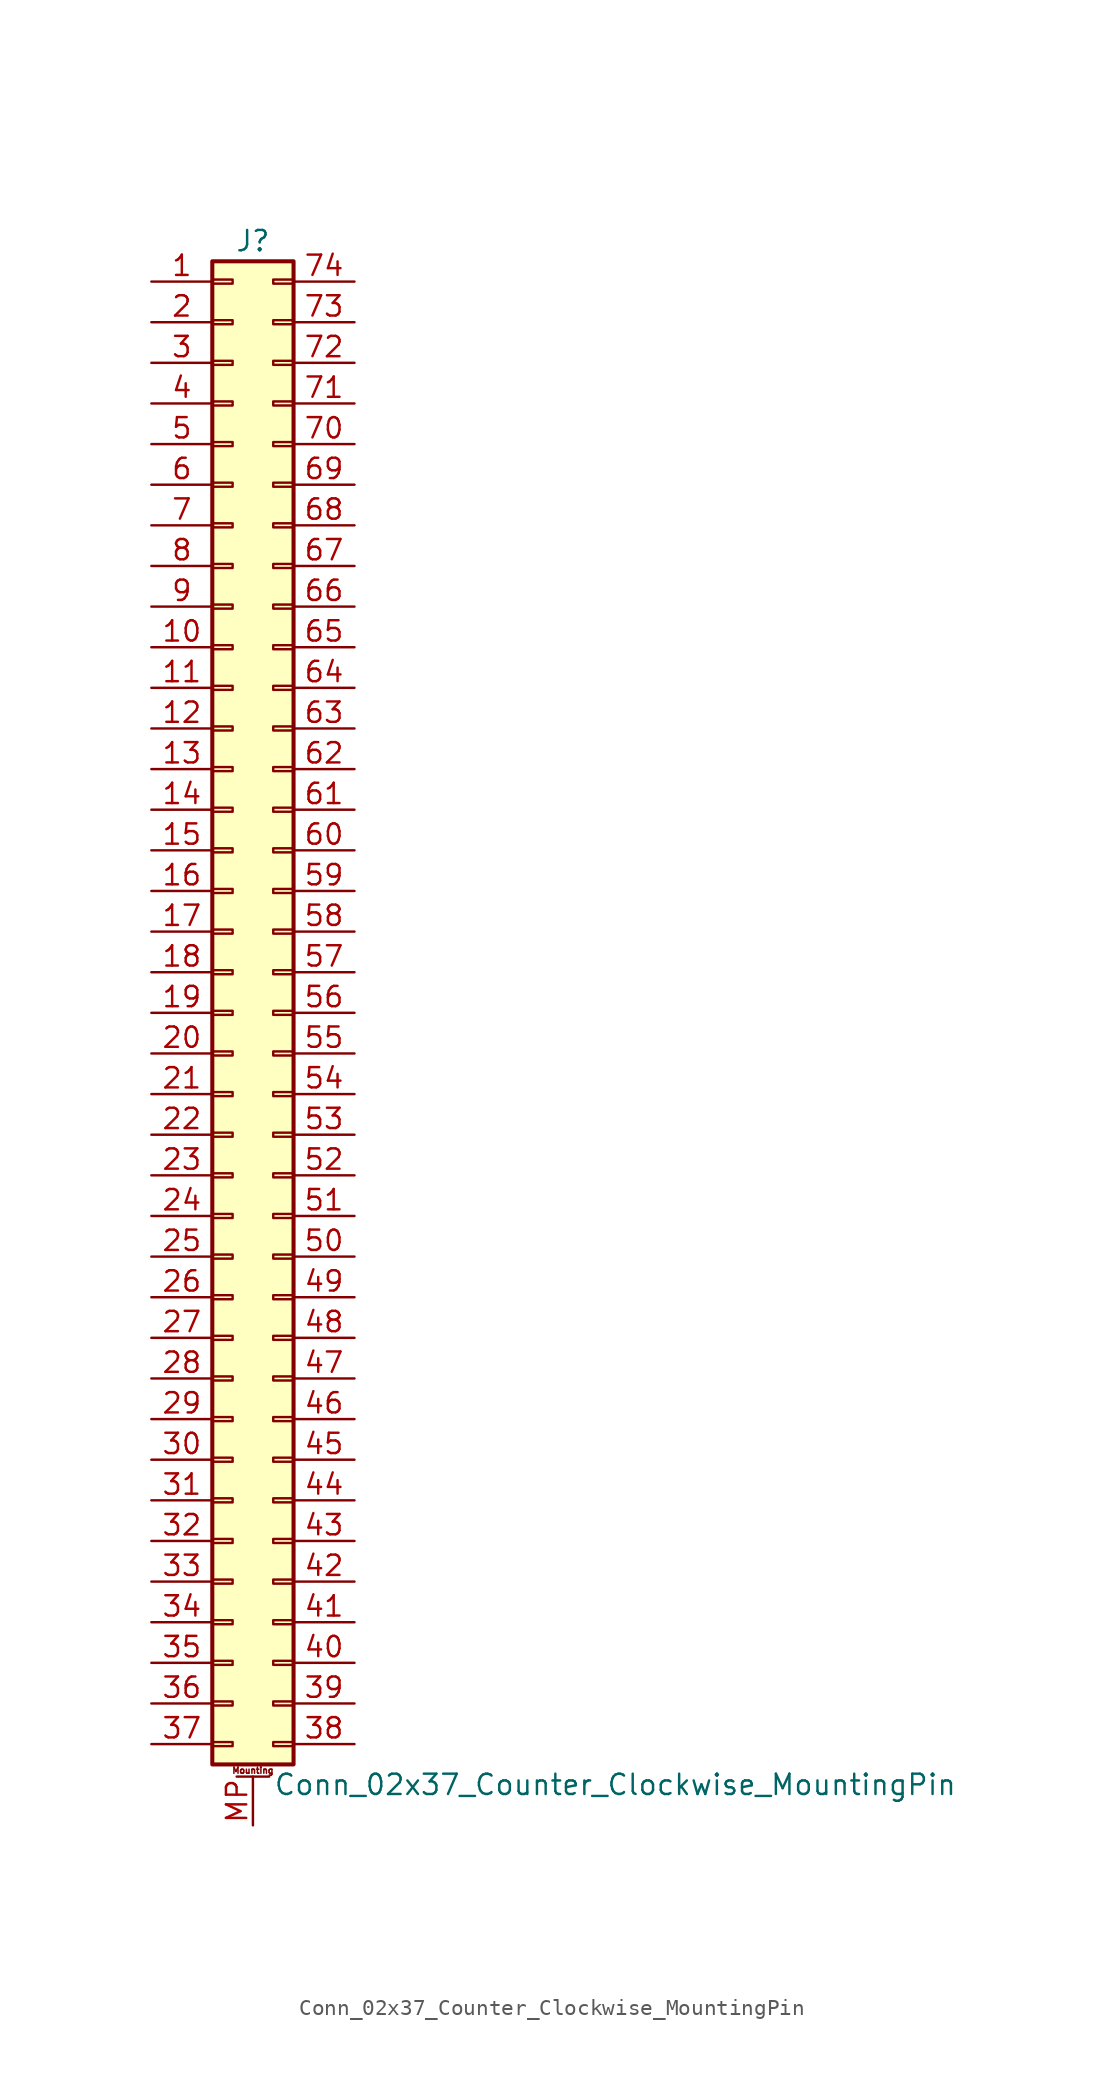
<source format=kicad_sym>
(kicad_symbol_lib
  (version 20201005)
  (generator kicad_symbol_editor)
  (symbol "Conn_02x37_Counter_Clockwise_MountingPin"
    (pin_names
      (offset 1.016) hide)
    (property "Reference" "J"
      (at 1.27 48.26 0)
      (effects (font (size 1.27 1.27))))
    (property "Value" "Conn_02x37_Counter_Clockwise_MountingPin"
      (at 2.54 -48.26 0)
      (effects (font (size 1.27 1.27)) (justify left)))
    (symbol "Conn_02x37_Counter_Clockwise_MountingPin_1_1"
      (text "Mounting" (at 1.27 -47.371 0) (effects (font (size 0.381 0.381))))
      (rectangle (start -1.27 -45.593) (end 0 -45.847) (stroke (width 0.152)) (fill (type none)))
      (rectangle (start -1.27 -43.053) (end 0 -43.307) (stroke (width 0.152)) (fill (type none)))
      (rectangle (start -1.27 -40.513) (end 0 -40.767) (stroke (width 0.152)) (fill (type none)))
      (rectangle (start -1.27 -37.973) (end 0 -38.227) (stroke (width 0.152)) (fill (type none)))
      (rectangle (start -1.27 -35.433) (end 0 -35.687) (stroke (width 0.152)) (fill (type none)))
      (rectangle (start -1.27 -32.893) (end 0 -33.147) (stroke (width 0.152)) (fill (type none)))
      (rectangle (start -1.27 -30.353) (end 0 -30.607) (stroke (width 0.152)) (fill (type none)))
      (rectangle (start -1.27 -27.813) (end 0 -28.067) (stroke (width 0.152)) (fill (type none)))
      (rectangle (start -1.27 -25.273) (end 0 -25.527) (stroke (width 0.152)) (fill (type none)))
      (rectangle (start -1.27 -22.733) (end 0 -22.987) (stroke (width 0.152)) (fill (type none)))
      (rectangle (start -1.27 -20.193) (end 0 -20.447) (stroke (width 0.152)) (fill (type none)))
      (rectangle (start -1.27 -17.653) (end 0 -17.907) (stroke (width 0.152)) (fill (type none)))
      (rectangle (start -1.27 -15.113) (end 0 -15.367) (stroke (width 0.152)) (fill (type none)))
      (rectangle (start -1.27 -12.573) (end 0 -12.827) (stroke (width 0.152)) (fill (type none)))
      (rectangle (start -1.27 -10.033) (end 0 -10.287) (stroke (width 0.152)) (fill (type none)))
      (rectangle (start -1.27 -7.493) (end 0 -7.747) (stroke (width 0.152)) (fill (type none)))
      (rectangle (start -1.27 -4.953) (end 0 -5.207) (stroke (width 0.152)) (fill (type none)))
      (rectangle (start -1.27 -2.413) (end 0 -2.667) (stroke (width 0.152)) (fill (type none)))
      (rectangle (start -1.27 0.127) (end 0 -0.127) (stroke (width 0.152)) (fill (type none)))
      (rectangle (start -1.27 2.667) (end 0 2.413) (stroke (width 0.152)) (fill (type none)))
      (rectangle (start -1.27 5.207) (end 0 4.953) (stroke (width 0.152)) (fill (type none)))
      (rectangle (start -1.27 7.747) (end 0 7.493) (stroke (width 0.152)) (fill (type none)))
      (rectangle (start -1.27 10.287) (end 0 10.033) (stroke (width 0.152)) (fill (type none)))
      (rectangle (start -1.27 12.827) (end 0 12.573) (stroke (width 0.152)) (fill (type none)))
      (rectangle (start -1.27 15.367) (end 0 15.113) (stroke (width 0.152)) (fill (type none)))
      (rectangle (start -1.27 17.907) (end 0 17.653) (stroke (width 0.152)) (fill (type none)))
      (rectangle (start -1.27 20.447) (end 0 20.193) (stroke (width 0.152)) (fill (type none)))
      (rectangle (start -1.27 22.987) (end 0 22.733) (stroke (width 0.152)) (fill (type none)))
      (rectangle (start -1.27 25.527) (end 0 25.273) (stroke (width 0.152)) (fill (type none)))
      (rectangle (start -1.27 28.067) (end 0 27.813) (stroke (width 0.152)) (fill (type none)))
      (rectangle (start -1.27 30.607) (end 0 30.353) (stroke (width 0.152)) (fill (type none)))
      (rectangle (start -1.27 33.147) (end 0 32.893) (stroke (width 0.152)) (fill (type none)))
      (rectangle (start -1.27 35.687) (end 0 35.433) (stroke (width 0.152)) (fill (type none)))
      (rectangle (start -1.27 38.227) (end 0 37.973) (stroke (width 0.152)) (fill (type none)))
      (rectangle (start -1.27 40.767) (end 0 40.513) (stroke (width 0.152)) (fill (type none)))
      (rectangle (start -1.27 43.307) (end 0 43.053) (stroke (width 0.152)) (fill (type none)))
      (rectangle (start -1.27 45.847) (end 0 45.593) (stroke (width 0.152)) (fill (type none)))
      (rectangle (start -1.27 46.99) (end 3.81 -46.99) (stroke (width 0.254)) (fill (type background)))
      (rectangle (start 3.81 -45.593) (end 2.54 -45.847) (stroke (width 0.152)) (fill (type none)))
      (rectangle (start 3.81 -43.053) (end 2.54 -43.307) (stroke (width 0.152)) (fill (type none)))
      (rectangle (start 3.81 -40.513) (end 2.54 -40.767) (stroke (width 0.152)) (fill (type none)))
      (rectangle (start 3.81 -37.973) (end 2.54 -38.227) (stroke (width 0.152)) (fill (type none)))
      (rectangle (start 3.81 -35.433) (end 2.54 -35.687) (stroke (width 0.152)) (fill (type none)))
      (rectangle (start 3.81 -32.893) (end 2.54 -33.147) (stroke (width 0.152)) (fill (type none)))
      (rectangle (start 3.81 -30.353) (end 2.54 -30.607) (stroke (width 0.152)) (fill (type none)))
      (rectangle (start 3.81 -27.813) (end 2.54 -28.067) (stroke (width 0.152)) (fill (type none)))
      (rectangle (start 3.81 -25.273) (end 2.54 -25.527) (stroke (width 0.152)) (fill (type none)))
      (rectangle (start 3.81 -22.733) (end 2.54 -22.987) (stroke (width 0.152)) (fill (type none)))
      (rectangle (start 3.81 -20.193) (end 2.54 -20.447) (stroke (width 0.152)) (fill (type none)))
      (rectangle (start 3.81 -17.653) (end 2.54 -17.907) (stroke (width 0.152)) (fill (type none)))
      (rectangle (start 3.81 -15.113) (end 2.54 -15.367) (stroke (width 0.152)) (fill (type none)))
      (rectangle (start 3.81 -12.573) (end 2.54 -12.827) (stroke (width 0.152)) (fill (type none)))
      (rectangle (start 3.81 -10.033) (end 2.54 -10.287) (stroke (width 0.152)) (fill (type none)))
      (rectangle (start 3.81 -7.493) (end 2.54 -7.747) (stroke (width 0.152)) (fill (type none)))
      (rectangle (start 3.81 -4.953) (end 2.54 -5.207) (stroke (width 0.152)) (fill (type none)))
      (rectangle (start 3.81 -2.413) (end 2.54 -2.667) (stroke (width 0.152)) (fill (type none)))
      (rectangle (start 3.81 0.127) (end 2.54 -0.127) (stroke (width 0.152)) (fill (type none)))
      (rectangle (start 3.81 2.667) (end 2.54 2.413) (stroke (width 0.152)) (fill (type none)))
      (rectangle (start 3.81 5.207) (end 2.54 4.953) (stroke (width 0.152)) (fill (type none)))
      (rectangle (start 3.81 7.747) (end 2.54 7.493) (stroke (width 0.152)) (fill (type none)))
      (rectangle (start 3.81 10.287) (end 2.54 10.033) (stroke (width 0.152)) (fill (type none)))
      (rectangle (start 3.81 12.827) (end 2.54 12.573) (stroke (width 0.152)) (fill (type none)))
      (rectangle (start 3.81 15.367) (end 2.54 15.113) (stroke (width 0.152)) (fill (type none)))
      (rectangle (start 3.81 17.907) (end 2.54 17.653) (stroke (width 0.152)) (fill (type none)))
      (rectangle (start 3.81 20.447) (end 2.54 20.193) (stroke (width 0.152)) (fill (type none)))
      (rectangle (start 3.81 22.987) (end 2.54 22.733) (stroke (width 0.152)) (fill (type none)))
      (rectangle (start 3.81 25.527) (end 2.54 25.273) (stroke (width 0.152)) (fill (type none)))
      (rectangle (start 3.81 28.067) (end 2.54 27.813) (stroke (width 0.152)) (fill (type none)))
      (rectangle (start 3.81 30.607) (end 2.54 30.353) (stroke (width 0.152)) (fill (type none)))
      (rectangle (start 3.81 33.147) (end 2.54 32.893) (stroke (width 0.152)) (fill (type none)))
      (rectangle (start 3.81 35.687) (end 2.54 35.433) (stroke (width 0.152)) (fill (type none)))
      (rectangle (start 3.81 38.227) (end 2.54 37.973) (stroke (width 0.152)) (fill (type none)))
      (rectangle (start 3.81 40.767) (end 2.54 40.513) (stroke (width 0.152)) (fill (type none)))
      (rectangle (start 3.81 43.307) (end 2.54 43.053) (stroke (width 0.152)) (fill (type none)))
      (rectangle (start 3.81 45.847) (end 2.54 45.593) (stroke (width 0.152)) (fill (type none)))
      (polyline (pts (xy 0.254 -47.752) (xy 2.286 -47.752)) (stroke (width 0.152)) (fill (type none)))
      (pin passive line (at -5.08 45.72 0) (length 3.81) (name "Pin_1" (effects (font (size 1.27 1.27)))) (number "1" (effects (font (size 1.27 1.27)))))
      (pin passive line (at -5.08 22.86 0) (length 3.81) (name "Pin_10" (effects (font (size 1.27 1.27)))) (number "10" (effects (font (size 1.27 1.27)))))
      (pin passive line (at -5.08 20.32 0) (length 3.81) (name "Pin_11" (effects (font (size 1.27 1.27)))) (number "11" (effects (font (size 1.27 1.27)))))
      (pin passive line (at -5.08 17.78 0) (length 3.81) (name "Pin_12" (effects (font (size 1.27 1.27)))) (number "12" (effects (font (size 1.27 1.27)))))
      (pin passive line (at -5.08 15.24 0) (length 3.81) (name "Pin_13" (effects (font (size 1.27 1.27)))) (number "13" (effects (font (size 1.27 1.27)))))
      (pin passive line (at -5.08 12.7 0) (length 3.81) (name "Pin_14" (effects (font (size 1.27 1.27)))) (number "14" (effects (font (size 1.27 1.27)))))
      (pin passive line (at -5.08 10.16 0) (length 3.81) (name "Pin_15" (effects (font (size 1.27 1.27)))) (number "15" (effects (font (size 1.27 1.27)))))
      (pin passive line (at -5.08 7.62 0) (length 3.81) (name "Pin_16" (effects (font (size 1.27 1.27)))) (number "16" (effects (font (size 1.27 1.27)))))
      (pin passive line (at -5.08 5.08 0) (length 3.81) (name "Pin_17" (effects (font (size 1.27 1.27)))) (number "17" (effects (font (size 1.27 1.27)))))
      (pin passive line (at -5.08 2.54 0) (length 3.81) (name "Pin_18" (effects (font (size 1.27 1.27)))) (number "18" (effects (font (size 1.27 1.27)))))
      (pin passive line (at -5.08 0 0) (length 3.81) (name "Pin_19" (effects (font (size 1.27 1.27)))) (number "19" (effects (font (size 1.27 1.27)))))
      (pin passive line (at -5.08 43.18 0) (length 3.81) (name "Pin_2" (effects (font (size 1.27 1.27)))) (number "2" (effects (font (size 1.27 1.27)))))
      (pin passive line (at -5.08 -2.54 0) (length 3.81) (name "Pin_20" (effects (font (size 1.27 1.27)))) (number "20" (effects (font (size 1.27 1.27)))))
      (pin passive line (at -5.08 -5.08 0) (length 3.81) (name "Pin_21" (effects (font (size 1.27 1.27)))) (number "21" (effects (font (size 1.27 1.27)))))
      (pin passive line (at -5.08 -7.62 0) (length 3.81) (name "Pin_22" (effects (font (size 1.27 1.27)))) (number "22" (effects (font (size 1.27 1.27)))))
      (pin passive line (at -5.08 -10.16 0) (length 3.81) (name "Pin_23" (effects (font (size 1.27 1.27)))) (number "23" (effects (font (size 1.27 1.27)))))
      (pin passive line (at -5.08 -12.7 0) (length 3.81) (name "Pin_24" (effects (font (size 1.27 1.27)))) (number "24" (effects (font (size 1.27 1.27)))))
      (pin passive line (at -5.08 -15.24 0) (length 3.81) (name "Pin_25" (effects (font (size 1.27 1.27)))) (number "25" (effects (font (size 1.27 1.27)))))
      (pin passive line (at -5.08 -17.78 0) (length 3.81) (name "Pin_26" (effects (font (size 1.27 1.27)))) (number "26" (effects (font (size 1.27 1.27)))))
      (pin passive line (at -5.08 -20.32 0) (length 3.81) (name "Pin_27" (effects (font (size 1.27 1.27)))) (number "27" (effects (font (size 1.27 1.27)))))
      (pin passive line (at -5.08 -22.86 0) (length 3.81) (name "Pin_28" (effects (font (size 1.27 1.27)))) (number "28" (effects (font (size 1.27 1.27)))))
      (pin passive line (at -5.08 -25.4 0) (length 3.81) (name "Pin_29" (effects (font (size 1.27 1.27)))) (number "29" (effects (font (size 1.27 1.27)))))
      (pin passive line (at -5.08 40.64 0) (length 3.81) (name "Pin_3" (effects (font (size 1.27 1.27)))) (number "3" (effects (font (size 1.27 1.27)))))
      (pin passive line (at -5.08 -27.94 0) (length 3.81) (name "Pin_30" (effects (font (size 1.27 1.27)))) (number "30" (effects (font (size 1.27 1.27)))))
      (pin passive line (at -5.08 -30.48 0) (length 3.81) (name "Pin_31" (effects (font (size 1.27 1.27)))) (number "31" (effects (font (size 1.27 1.27)))))
      (pin passive line (at -5.08 -33.02 0) (length 3.81) (name "Pin_32" (effects (font (size 1.27 1.27)))) (number "32" (effects (font (size 1.27 1.27)))))
      (pin passive line (at -5.08 -35.56 0) (length 3.81) (name "Pin_33" (effects (font (size 1.27 1.27)))) (number "33" (effects (font (size 1.27 1.27)))))
      (pin passive line (at -5.08 -38.1 0) (length 3.81) (name "Pin_34" (effects (font (size 1.27 1.27)))) (number "34" (effects (font (size 1.27 1.27)))))
      (pin passive line (at -5.08 -40.64 0) (length 3.81) (name "Pin_35" (effects (font (size 1.27 1.27)))) (number "35" (effects (font (size 1.27 1.27)))))
      (pin passive line (at -5.08 -43.18 0) (length 3.81) (name "Pin_36" (effects (font (size 1.27 1.27)))) (number "36" (effects (font (size 1.27 1.27)))))
      (pin passive line (at -5.08 -45.72 0) (length 3.81) (name "Pin_37" (effects (font (size 1.27 1.27)))) (number "37" (effects (font (size 1.27 1.27)))))
      (pin passive line (at 7.62 -45.72 180) (length 3.81) (name "Pin_38" (effects (font (size 1.27 1.27)))) (number "38" (effects (font (size 1.27 1.27)))))
      (pin passive line (at 7.62 -43.18 180) (length 3.81) (name "Pin_39" (effects (font (size 1.27 1.27)))) (number "39" (effects (font (size 1.27 1.27)))))
      (pin passive line (at -5.08 38.1 0) (length 3.81) (name "Pin_4" (effects (font (size 1.27 1.27)))) (number "4" (effects (font (size 1.27 1.27)))))
      (pin passive line (at 7.62 -40.64 180) (length 3.81) (name "Pin_40" (effects (font (size 1.27 1.27)))) (number "40" (effects (font (size 1.27 1.27)))))
      (pin passive line (at 7.62 -38.1 180) (length 3.81) (name "Pin_41" (effects (font (size 1.27 1.27)))) (number "41" (effects (font (size 1.27 1.27)))))
      (pin passive line (at 7.62 -35.56 180) (length 3.81) (name "Pin_42" (effects (font (size 1.27 1.27)))) (number "42" (effects (font (size 1.27 1.27)))))
      (pin passive line (at 7.62 -33.02 180) (length 3.81) (name "Pin_43" (effects (font (size 1.27 1.27)))) (number "43" (effects (font (size 1.27 1.27)))))
      (pin passive line (at 7.62 -30.48 180) (length 3.81) (name "Pin_44" (effects (font (size 1.27 1.27)))) (number "44" (effects (font (size 1.27 1.27)))))
      (pin passive line (at 7.62 -27.94 180) (length 3.81) (name "Pin_45" (effects (font (size 1.27 1.27)))) (number "45" (effects (font (size 1.27 1.27)))))
      (pin passive line (at 7.62 -25.4 180) (length 3.81) (name "Pin_46" (effects (font (size 1.27 1.27)))) (number "46" (effects (font (size 1.27 1.27)))))
      (pin passive line (at 7.62 -22.86 180) (length 3.81) (name "Pin_47" (effects (font (size 1.27 1.27)))) (number "47" (effects (font (size 1.27 1.27)))))
      (pin passive line (at 7.62 -20.32 180) (length 3.81) (name "Pin_48" (effects (font (size 1.27 1.27)))) (number "48" (effects (font (size 1.27 1.27)))))
      (pin passive line (at 7.62 -17.78 180) (length 3.81) (name "Pin_49" (effects (font (size 1.27 1.27)))) (number "49" (effects (font (size 1.27 1.27)))))
      (pin passive line (at -5.08 35.56 0) (length 3.81) (name "Pin_5" (effects (font (size 1.27 1.27)))) (number "5" (effects (font (size 1.27 1.27)))))
      (pin passive line (at 7.62 -15.24 180) (length 3.81) (name "Pin_50" (effects (font (size 1.27 1.27)))) (number "50" (effects (font (size 1.27 1.27)))))
      (pin passive line (at 7.62 -12.7 180) (length 3.81) (name "Pin_51" (effects (font (size 1.27 1.27)))) (number "51" (effects (font (size 1.27 1.27)))))
      (pin passive line (at 7.62 -10.16 180) (length 3.81) (name "Pin_52" (effects (font (size 1.27 1.27)))) (number "52" (effects (font (size 1.27 1.27)))))
      (pin passive line (at 7.62 -7.62 180) (length 3.81) (name "Pin_53" (effects (font (size 1.27 1.27)))) (number "53" (effects (font (size 1.27 1.27)))))
      (pin passive line (at 7.62 -5.08 180) (length 3.81) (name "Pin_54" (effects (font (size 1.27 1.27)))) (number "54" (effects (font (size 1.27 1.27)))))
      (pin passive line (at 7.62 -2.54 180) (length 3.81) (name "Pin_55" (effects (font (size 1.27 1.27)))) (number "55" (effects (font (size 1.27 1.27)))))
      (pin passive line (at 7.62 0 180) (length 3.81) (name "Pin_56" (effects (font (size 1.27 1.27)))) (number "56" (effects (font (size 1.27 1.27)))))
      (pin passive line (at 7.62 2.54 180) (length 3.81) (name "Pin_57" (effects (font (size 1.27 1.27)))) (number "57" (effects (font (size 1.27 1.27)))))
      (pin passive line (at 7.62 5.08 180) (length 3.81) (name "Pin_58" (effects (font (size 1.27 1.27)))) (number "58" (effects (font (size 1.27 1.27)))))
      (pin passive line (at 7.62 7.62 180) (length 3.81) (name "Pin_59" (effects (font (size 1.27 1.27)))) (number "59" (effects (font (size 1.27 1.27)))))
      (pin passive line (at -5.08 33.02 0) (length 3.81) (name "Pin_6" (effects (font (size 1.27 1.27)))) (number "6" (effects (font (size 1.27 1.27)))))
      (pin passive line (at 7.62 10.16 180) (length 3.81) (name "Pin_60" (effects (font (size 1.27 1.27)))) (number "60" (effects (font (size 1.27 1.27)))))
      (pin passive line (at 7.62 12.7 180) (length 3.81) (name "Pin_61" (effects (font (size 1.27 1.27)))) (number "61" (effects (font (size 1.27 1.27)))))
      (pin passive line (at 7.62 15.24 180) (length 3.81) (name "Pin_62" (effects (font (size 1.27 1.27)))) (number "62" (effects (font (size 1.27 1.27)))))
      (pin passive line (at 7.62 17.78 180) (length 3.81) (name "Pin_63" (effects (font (size 1.27 1.27)))) (number "63" (effects (font (size 1.27 1.27)))))
      (pin passive line (at 7.62 20.32 180) (length 3.81) (name "Pin_64" (effects (font (size 1.27 1.27)))) (number "64" (effects (font (size 1.27 1.27)))))
      (pin passive line (at 7.62 22.86 180) (length 3.81) (name "Pin_65" (effects (font (size 1.27 1.27)))) (number "65" (effects (font (size 1.27 1.27)))))
      (pin passive line (at 7.62 25.4 180) (length 3.81) (name "Pin_66" (effects (font (size 1.27 1.27)))) (number "66" (effects (font (size 1.27 1.27)))))
      (pin passive line (at 7.62 27.94 180) (length 3.81) (name "Pin_67" (effects (font (size 1.27 1.27)))) (number "67" (effects (font (size 1.27 1.27)))))
      (pin passive line (at 7.62 30.48 180) (length 3.81) (name "Pin_68" (effects (font (size 1.27 1.27)))) (number "68" (effects (font (size 1.27 1.27)))))
      (pin passive line (at 7.62 33.02 180) (length 3.81) (name "Pin_69" (effects (font (size 1.27 1.27)))) (number "69" (effects (font (size 1.27 1.27)))))
      (pin passive line (at -5.08 30.48 0) (length 3.81) (name "Pin_7" (effects (font (size 1.27 1.27)))) (number "7" (effects (font (size 1.27 1.27)))))
      (pin passive line (at 7.62 35.56 180) (length 3.81) (name "Pin_70" (effects (font (size 1.27 1.27)))) (number "70" (effects (font (size 1.27 1.27)))))
      (pin passive line (at 7.62 38.1 180) (length 3.81) (name "Pin_71" (effects (font (size 1.27 1.27)))) (number "71" (effects (font (size 1.27 1.27)))))
      (pin passive line (at 7.62 40.64 180) (length 3.81) (name "Pin_72" (effects (font (size 1.27 1.27)))) (number "72" (effects (font (size 1.27 1.27)))))
      (pin passive line (at 7.62 43.18 180) (length 3.81) (name "Pin_73" (effects (font (size 1.27 1.27)))) (number "73" (effects (font (size 1.27 1.27)))))
      (pin passive line (at 7.62 45.72 180) (length 3.81) (name "Pin_74" (effects (font (size 1.27 1.27)))) (number "74" (effects (font (size 1.27 1.27)))))
      (pin passive line (at -5.08 27.94 0) (length 3.81) (name "Pin_8" (effects (font (size 1.27 1.27)))) (number "8" (effects (font (size 1.27 1.27)))))
      (pin passive line (at -5.08 25.4 0) (length 3.81) (name "Pin_9" (effects (font (size 1.27 1.27)))) (number "9" (effects (font (size 1.27 1.27)))))
      (pin passive line (at 1.27 -50.8 90) (length 3.048) (name "MountPin" (effects (font (size 1.27 1.27)))) (number "MP" (effects (font (size 1.27 1.27))))))))
</source>
